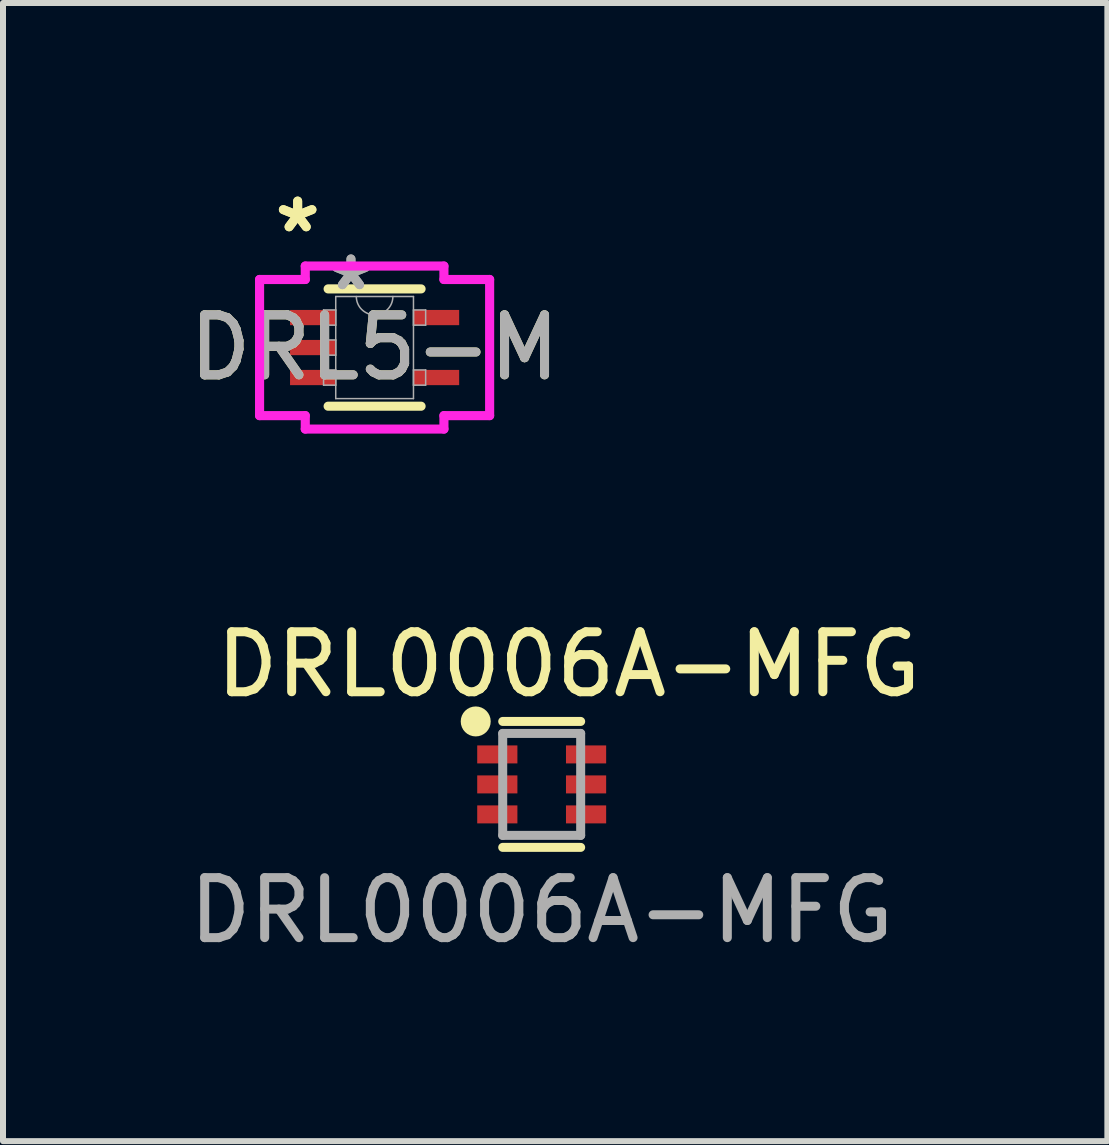
<source format=kicad_pcb>
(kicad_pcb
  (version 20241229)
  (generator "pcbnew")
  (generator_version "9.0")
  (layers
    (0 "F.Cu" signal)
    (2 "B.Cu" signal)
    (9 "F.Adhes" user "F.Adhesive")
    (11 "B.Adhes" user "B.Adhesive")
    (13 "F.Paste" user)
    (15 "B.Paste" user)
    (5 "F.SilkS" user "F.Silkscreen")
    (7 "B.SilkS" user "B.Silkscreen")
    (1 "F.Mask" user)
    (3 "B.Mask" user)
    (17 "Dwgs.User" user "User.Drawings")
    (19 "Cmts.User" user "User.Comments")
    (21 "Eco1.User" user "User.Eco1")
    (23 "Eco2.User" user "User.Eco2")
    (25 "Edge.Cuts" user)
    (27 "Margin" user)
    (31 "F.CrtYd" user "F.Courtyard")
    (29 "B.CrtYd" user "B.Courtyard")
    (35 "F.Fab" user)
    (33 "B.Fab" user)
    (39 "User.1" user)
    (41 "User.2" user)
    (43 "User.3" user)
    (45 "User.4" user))
  (footprint "DRL5-M"
    (layer "F.Cu")
    (at 3.196 2.745)
    (property "Reference" "DRL5-M" (at 0 0 0) (unlocked yes) (layer "F.SilkS") (effects (font (size 1 1) (thickness 0.15))))
    (attr smd)
    (fp_line (start -0.775 0.978) (end 0.775 0.978) (stroke (width 0.152) (type solid)) (layer "F.SilkS"))
    (fp_line (start 0.775 -0.978) (end -0.775 -0.978) (stroke (width 0.152) (type solid)) (layer "F.SilkS"))
    (fp_line (start -1.918 -1.135) (end -1.156 -1.135) (stroke (width 0.152) (type solid)) (layer "F.CrtYd"))
    (fp_line (start -1.918 1.135) (end -1.918 -1.135) (stroke (width 0.152) (type solid)) (layer "F.CrtYd"))
    (fp_line (start -1.156 -1.359) (end 1.156 -1.359) (stroke (width 0.152) (type solid)) (layer "F.CrtYd"))
    (fp_line (start -1.156 -1.135) (end -1.156 -1.359) (stroke (width 0.152) (type solid)) (layer "F.CrtYd"))
    (fp_line (start -1.156 1.135) (end -1.918 1.135) (stroke (width 0.152) (type solid)) (layer "F.CrtYd"))
    (fp_line (start -1.156 1.359) (end -1.156 1.135) (stroke (width 0.152) (type solid)) (layer "F.CrtYd"))
    (fp_line (start 1.156 -1.359) (end 1.156 -1.135) (stroke (width 0.152) (type solid)) (layer "F.CrtYd"))
    (fp_line (start 1.156 -1.135) (end 1.918 -1.135) (stroke (width 0.152) (type solid)) (layer "F.CrtYd"))
    (fp_line (start 1.156 1.135) (end 1.156 1.359) (stroke (width 0.152) (type solid)) (layer "F.CrtYd"))
    (fp_line (start 1.156 1.359) (end -1.156 1.359) (stroke (width 0.152) (type solid)) (layer "F.CrtYd"))
    (fp_line (start 1.918 -1.135) (end 1.918 1.135) (stroke (width 0.152) (type solid)) (layer "F.CrtYd"))
    (fp_line (start 1.918 1.135) (end 1.156 1.135) (stroke (width 0.152) (type solid)) (layer "F.CrtYd"))
    (fp_line (start -0.851 -0.627) (end -0.851 -0.373) (stroke (width 0.025) (type solid)) (layer "F.Fab"))
    (fp_line (start -0.851 -0.373) (end -0.648 -0.373) (stroke (width 0.025) (type solid)) (layer "F.Fab"))
    (fp_line (start -0.851 -0.127) (end -0.851 0.127) (stroke (width 0.025) (type solid)) (layer "F.Fab"))
    (fp_line (start -0.851 0.127) (end -0.648 0.127) (stroke (width 0.025) (type solid)) (layer "F.Fab"))
    (fp_line (start -0.851 0.373) (end -0.851 0.627) (stroke (width 0.025) (type solid)) (layer "F.Fab"))
    (fp_line (start -0.851 0.627) (end -0.648 0.627) (stroke (width 0.025) (type solid)) (layer "F.Fab"))
    (fp_line (start -0.648 -0.851) (end -0.648 0.851) (stroke (width 0.025) (type solid)) (layer "F.Fab"))
    (fp_line (start -0.648 -0.627) (end -0.851 -0.627) (stroke (width 0.025) (type solid)) (layer "F.Fab"))
    (fp_line (start -0.648 -0.373) (end -0.648 -0.627) (stroke (width 0.025) (type solid)) (layer "F.Fab"))
    (fp_line (start -0.648 -0.127) (end -0.851 -0.127) (stroke (width 0.025) (type solid)) (layer "F.Fab"))
    (fp_line (start -0.648 0.127) (end -0.648 -0.127) (stroke (width 0.025) (type solid)) (layer "F.Fab"))
    (fp_line (start -0.648 0.373) (end -0.851 0.373) (stroke (width 0.025) (type solid)) (layer "F.Fab"))
    (fp_line (start -0.648 0.627) (end -0.648 0.373) (stroke (width 0.025) (type solid)) (layer "F.Fab"))
    (fp_line (start -0.648 0.851) (end 0.648 0.851) (stroke (width 0.025) (type solid)) (layer "F.Fab"))
    (fp_line (start 0.648 -0.851) (end -0.648 -0.851) (stroke (width 0.025) (type solid)) (layer "F.Fab"))
    (fp_line (start 0.648 -0.627) (end 0.648 -0.373) (stroke (width 0.025) (type solid)) (layer "F.Fab"))
    (fp_line (start 0.648 -0.373) (end 0.851 -0.373) (stroke (width 0.025) (type solid)) (layer "F.Fab"))
    (fp_line (start 0.648 0.373) (end 0.648 0.627) (stroke (width 0.025) (type solid)) (layer "F.Fab"))
    (fp_line (start 0.648 0.627) (end 0.851 0.627) (stroke (width 0.025) (type solid)) (layer "F.Fab"))
    (fp_line (start 0.648 0.851) (end 0.648 -0.851) (stroke (width 0.025) (type solid)) (layer "F.Fab"))
    (fp_line (start 0.851 -0.627) (end 0.648 -0.627) (stroke (width 0.025) (type solid)) (layer "F.Fab"))
    (fp_line (start 0.851 -0.373) (end 0.851 -0.627) (stroke (width 0.025) (type solid)) (layer "F.Fab"))
    (fp_line (start 0.851 0.373) (end 0.648 0.373) (stroke (width 0.025) (type solid)) (layer "F.Fab"))
    (fp_line (start 0.851 0.627) (end 0.851 0.373) (stroke (width 0.025) (type solid)) (layer "F.Fab"))
    (fp_arc (start 0.3048 -0.8509) (mid 0 -0.5461) (end -0.3048 -0.8509) (stroke (width 0.0254) (type solid)) (layer "F.Fab"))
    (fp_text user "*" (at -1.283 -1.897 0) (unlocked yes) (layer "F.SilkS") (effects (font (size 1 1) (thickness 0.15))))
    (fp_text user "*" (at -1.283 -1.897 0) (layer "F.SilkS") (effects (font (size 1 1) (thickness 0.15))))
    (fp_text user "*" (at -0.394 -0.932 0) (unlocked yes) (layer "F.Fab") (effects (font (size 1 1) (thickness 0.15))))
    (fp_text user "*" (at -0.394 -0.932 0) (layer "F.Fab") (effects (font (size 1 1) (thickness 0.15))))
    (fp_text user "${REFERENCE}" (at 0 0 0) (unlocked yes) (layer "F.Fab") (effects (font (size 1 1) (thickness 0.15))))
    (pad "1" smd rect (at -1.029 -0.5) (size 0.762 0.254) (layers "F.Cu" "F.Mask" "F.Paste"))
    (pad "2" smd rect (at -1.029 0) (size 0.762 0.254) (layers "F.Cu" "F.Mask" "F.Paste"))
    (pad "3" smd rect (at -1.029 0.5) (size 0.762 0.254) (layers "F.Cu" "F.Mask" "F.Paste"))
    (pad "4" smd rect (at 1.029 0.5) (size 0.762 0.254) (layers "F.Cu" "F.Mask" "F.Paste"))
    (pad "5" smd rect (at 1.029 -0.5) (size 0.762 0.254) (layers "F.Cu" "F.Mask" "F.Paste")))
  (footprint "DRL0006A-MFG"
    (layer "F.Cu")
    (at 5.982 10.029)
    (property "Reference" "DRL0006A-MFG" (at 0.45 -2 0) (unlocked yes) (layer "F.SilkS") (effects (font (size 1 1) (thickness 0.15))))
    (attr smd)
    (fp_line (start -0.65 -1.05) (end 0.65 -1.05) (stroke (width 0.15) (type solid)) (layer "F.SilkS"))
    (fp_line (start -0.65 1.05) (end 0.65 1.05) (stroke (width 0.15) (type solid)) (layer "F.SilkS"))
    (fp_circle (center -1.1 -1.05) (end -0.975 -1.05) (stroke (width 0.25) (type solid)) (fill no) (layer "F.SilkS"))
    (fp_line (start -0.65 -0.85) (end 0.65 -0.85) (stroke (width 0.15) (type solid)) (layer "F.Fab"))
    (fp_line (start -0.65 0.85) (end -0.65 -0.85) (stroke (width 0.15) (type solid)) (layer "F.Fab"))
    (fp_line (start -0.65 0.85) (end 0.65 0.85) (stroke (width 0.15) (type solid)) (layer "F.Fab"))
    (fp_line (start 0.65 0.85) (end 0.65 -0.85) (stroke (width 0.15) (type solid)) (layer "F.Fab"))
    (fp_text user "${REFERENCE}" (at 0 2.1 0) (unlocked yes) (layer "F.Fab") (effects (font (size 1 1) (thickness 0.15))))
    (pad "1" smd rect (at -0.74 -0.5) (size 0.67 0.3) (layers "F.Cu" "F.Mask" "F.Paste"))
    (pad "2" smd rect (at -0.74 0) (size 0.67 0.3) (layers "F.Cu" "F.Mask" "F.Paste"))
    (pad "3" smd rect (at -0.74 0.5) (size 0.67 0.3) (layers "F.Cu" "F.Mask" "F.Paste"))
    (pad "4" smd rect (at 0.74 0.5) (size 0.67 0.3) (layers "F.Cu" "F.Mask" "F.Paste"))
    (pad "5" smd rect (at 0.74 0) (size 0.67 0.3) (layers "F.Cu" "F.Mask" "F.Paste"))
    (pad "6" smd rect (at 0.74 -0.5) (size 0.67 0.3) (layers "F.Cu" "F.Mask" "F.Paste")))
  (gr_rect
    (start -3 -3)
    (end 15.414 15.977)
    (stroke (width 0.1) (type default))
    (fill no)
    (layer "Edge.Cuts")))
</source>
